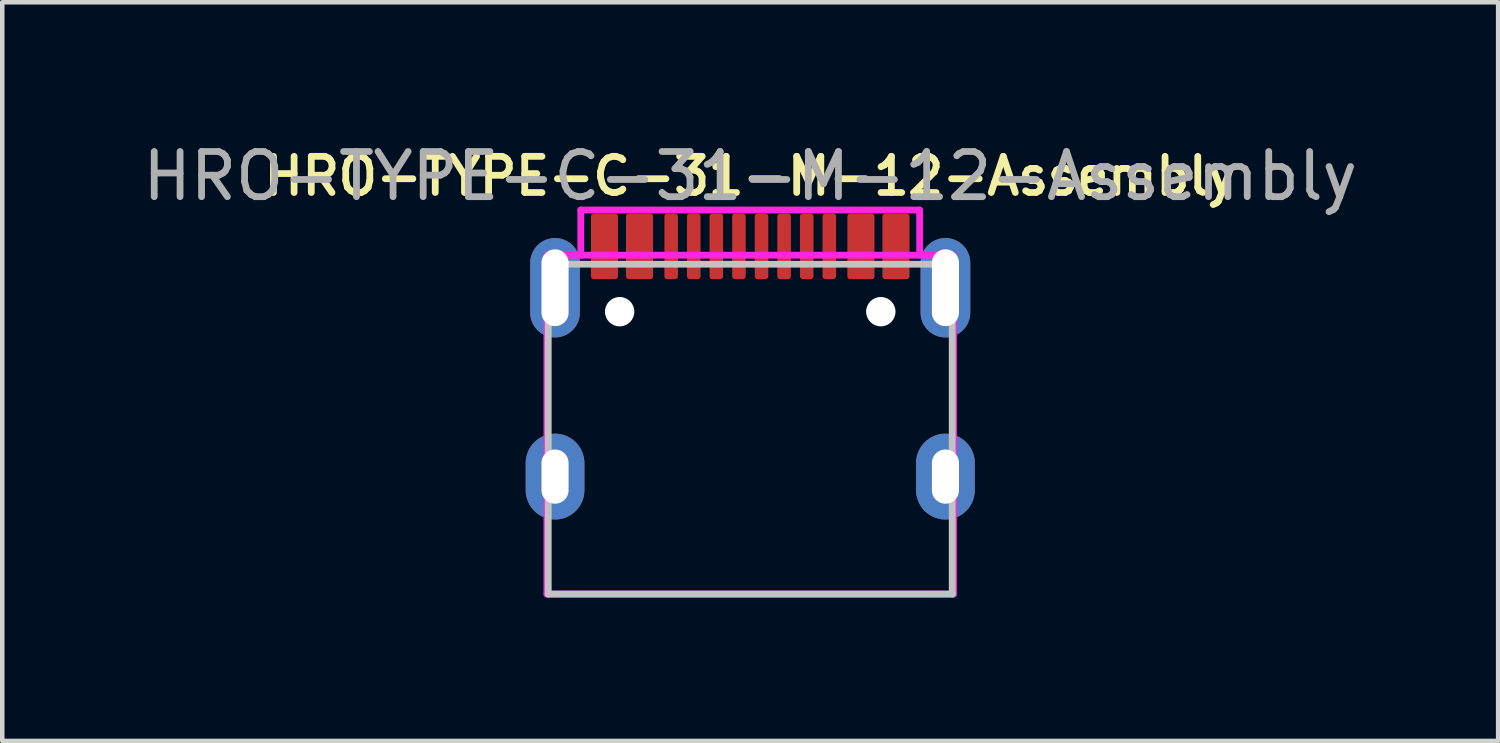
<source format=kicad_pcb>
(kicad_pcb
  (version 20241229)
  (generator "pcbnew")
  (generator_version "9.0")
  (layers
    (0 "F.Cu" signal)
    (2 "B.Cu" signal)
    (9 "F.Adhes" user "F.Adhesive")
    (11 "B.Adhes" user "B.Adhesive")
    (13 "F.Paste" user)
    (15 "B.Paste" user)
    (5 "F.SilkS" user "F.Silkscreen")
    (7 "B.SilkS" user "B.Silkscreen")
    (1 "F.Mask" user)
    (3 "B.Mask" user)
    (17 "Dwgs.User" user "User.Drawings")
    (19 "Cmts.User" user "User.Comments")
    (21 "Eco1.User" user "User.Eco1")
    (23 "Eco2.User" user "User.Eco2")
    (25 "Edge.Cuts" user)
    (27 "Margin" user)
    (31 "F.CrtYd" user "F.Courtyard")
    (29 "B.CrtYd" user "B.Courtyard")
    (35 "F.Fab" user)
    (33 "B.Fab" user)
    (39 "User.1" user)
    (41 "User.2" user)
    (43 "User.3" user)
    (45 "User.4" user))
  (footprint "HRO-TYPE-C-31-M-12-Assembly"
    (layer "F.Cu")
    (at 13.554 10.098)
    (property "Reference" "HRO-TYPE-C-31-M-12-Assembly" (at 0 -9.25 0) (layer "F.SilkS") (effects (font (size 0.8 0.8) (thickness 0.15))))
    (attr smd)
    (fp_line (start -4.47 -7.3) (end 4.47 -7.3) (stroke (width 0.15) (type solid)) (layer "Dwgs.User"))
    (fp_line (start -4.47 0) (end -4.47 -7.3) (stroke (width 0.15) (type solid)) (layer "Dwgs.User"))
    (fp_line (start -4.47 0) (end 4.47 0) (stroke (width 0.15) (type solid)) (layer "Dwgs.User"))
    (fp_line (start 4.47 0) (end 4.47 -7.3) (stroke (width 0.15) (type solid)) (layer "Dwgs.User"))
    (fp_line (start -4.5 -7.5) (end 4.5 -7.5) (stroke (width 0.15) (type solid)) (layer "F.CrtYd"))
    (fp_line (start -4.5 0) (end -4.5 -7.5) (stroke (width 0.15) (type solid)) (layer "F.CrtYd"))
    (fp_line (start -3.75 -8.5) (end 3.75 -8.5) (stroke (width 0.15) (type solid)) (layer "F.CrtYd"))
    (fp_line (start -3.75 -7.5) (end -3.75 -8.5) (stroke (width 0.15) (type solid)) (layer "F.CrtYd"))
    (fp_line (start 3.75 -8.5) (end 3.75 -7.5) (stroke (width 0.15) (type solid)) (layer "F.CrtYd"))
    (fp_line (start 4.5 -7.5) (end 4.5 0) (stroke (width 0.15) (type solid)) (layer "F.CrtYd"))
    (fp_line (start 4.5 0) (end -4.5 0) (stroke (width 0.15) (type solid)) (layer "F.CrtYd"))
    (fp_text user "${REFERENCE}" (at 0 -9.25 0) (layer "F.Fab") (effects (font (size 1 1) (thickness 0.15))))
    (pad "" np_thru_hole circle (at -2.89 -6.25) (size 0.65 0.65) (drill 0.65) (layers "*.Cu" "*.Mask"))
    (pad "" np_thru_hole circle (at 2.89 -6.25) (size 0.65 0.65) (drill 0.65) (layers "*.Cu" "*.Mask"))
    (pad "A1" smd roundrect (at -3.225 -7.695) (size 0.6 1.45) (layers "F.Cu" "F.Mask" "F.Paste") (roundrect_rratio 0.1))
    (pad "A4" smd roundrect (at -2.45 -7.695) (size 0.6 1.45) (layers "F.Cu" "F.Mask" "F.Paste") (roundrect_rratio 0.1))
    (pad "A5" smd roundrect (at -1.25 -7.695) (size 0.3 1.45) (layers "F.Cu" "F.Mask" "F.Paste") (roundrect_rratio 0.2))
    (pad "A6" smd roundrect (at -0.25 -7.695) (size 0.3 1.45) (layers "F.Cu" "F.Mask" "F.Paste") (roundrect_rratio 0.2))
    (pad "A7" smd roundrect (at 0.25 -7.695) (size 0.3 1.45) (layers "F.Cu" "F.Mask" "F.Paste") (roundrect_rratio 0.2))
    (pad "A8" smd roundrect (at 1.25 -7.695) (size 0.3 1.45) (layers "F.Cu" "F.Mask" "F.Paste") (roundrect_rratio 0.2))
    (pad "B1" smd roundrect (at 3.225 -7.695) (size 0.6 1.45) (layers "F.Cu" "F.Mask" "F.Paste") (roundrect_rratio 0.1))
    (pad "B4" smd roundrect (at 2.45 -7.695) (size 0.6 1.45) (layers "F.Cu" "F.Mask" "F.Paste") (roundrect_rratio 0.1))
    (pad "B5" smd roundrect (at 1.75 -7.695) (size 0.3 1.45) (layers "F.Cu" "F.Mask" "F.Paste") (roundrect_rratio 0.2))
    (pad "B6" smd roundrect (at 0.75 -7.695) (size 0.3 1.45) (layers "F.Cu" "F.Mask" "F.Paste") (roundrect_rratio 0.2))
    (pad "B7" smd roundrect (at -0.75 -7.695) (size 0.3 1.45) (layers "F.Cu" "F.Mask" "F.Paste") (roundrect_rratio 0.2))
    (pad "B8" smd roundrect (at -1.75 -7.695) (size 0.3 1.45) (layers "F.Cu" "F.Mask" "F.Paste") (roundrect_rratio 0.2))
    (pad "S1" thru_hole oval (at -4.32 -6.78) (size 1.1 2.2) (drill oval 0.6 1.7) (layers "*.Cu" "*.Mask"))
    (pad "S1" thru_hole oval (at -4.32 -2.6) (size 1.3 1.9) (drill oval 0.6 1.2) (layers "*.Cu" "*.Mask"))
    (pad "S1" thru_hole oval (at 4.32 -6.78) (size 1.1 2.2) (drill oval 0.6 1.7) (layers "*.Cu" "*.Mask"))
    (pad "S1" thru_hole oval (at 4.32 -2.6) (size 1.3 1.9) (drill oval 0.6 1.2) (layers "*.Cu" "*.Mask")))
  (gr_rect
    (start -3 -3)
    (end 30.107 13.348)
    (stroke (width 0.1) (type default))
    (fill no)
    (layer "Edge.Cuts")))
</source>
